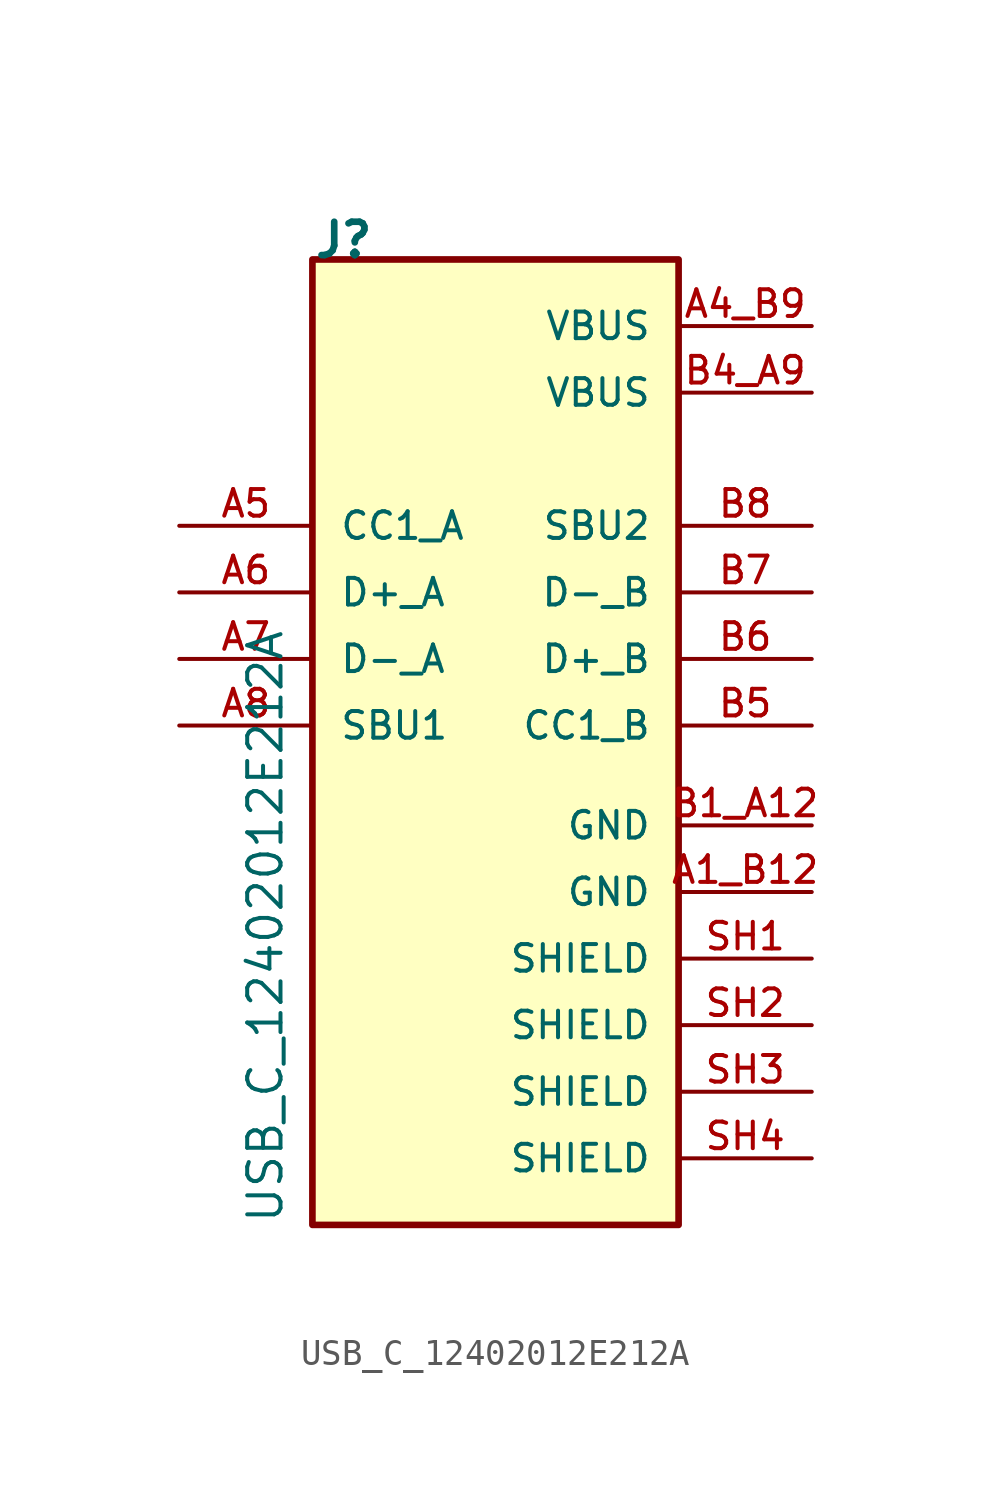
<source format=kicad_sym>
(kicad_symbol_lib
  (version 20220914)
  (generator kicad_symbol_editor)
  (symbol "USB_C_12402012E212A"
    (pin_names
      (offset 1.016))
    (property "Reference" "J"
      (at -1.27 12.7 0)
      (effects (font (size 1.27 1.27) bold) (justify left bottom)))
    (property "Value" "USB_C_12402012E212A"
      (at -3.81 -24.13 90)
      (effects (font (size 1.27 1.27)) (justify left top)))
    (symbol "USB_C_12402012E212A_0_0"
      (rectangle (start -1.27 12.7) (end 12.7 -24.13) (stroke (width 0.254) (type default)) (fill (type background)))
      (pin power_in line (at 17.78 -11.43 180) (length 5.08) (name "GND" (effects (font (size 1.016 1.016)))) (number "A1_B12" (effects (font (size 1.016 1.016)))))
      (pin bidirectional line (at -6.35 2.54 0) (length 5.08) (name "CC1_A" (effects (font (size 1.016 1.016)))) (number "A5" (effects (font (size 1.016 1.016)))))
      (pin bidirectional line (at -6.35 0 0) (length 5.08) (name "D+_A" (effects (font (size 1.016 1.016)))) (number "A6" (effects (font (size 1.016 1.016)))))
      (pin bidirectional line (at -6.35 -2.54 0) (length 5.08) (name "D-_A" (effects (font (size 1.016 1.016)))) (number "A7" (effects (font (size 1.016 1.016)))))
      (pin bidirectional line (at -6.35 -5.08 0) (length 5.08) (name "SBU1" (effects (font (size 1.016 1.016)))) (number "A8" (effects (font (size 1.016 1.016)))))
      (pin power_in line (at 17.78 -8.89 180) (length 5.08) (name "GND" (effects (font (size 1.016 1.016)))) (number "B1_A12" (effects (font (size 1.016 1.016)))))
      (pin bidirectional line (at 17.78 -5.08 180) (length 5.08) (name "CC1_B" (effects (font (size 1.016 1.016)))) (number "B5" (effects (font (size 1.016 1.016)))))
      (pin bidirectional line (at 17.78 -2.54 180) (length 5.08) (name "D+_B" (effects (font (size 1.016 1.016)))) (number "B6" (effects (font (size 1.016 1.016)))))
      (pin bidirectional line (at 17.78 0 180) (length 5.08) (name "D-_B" (effects (font (size 1.016 1.016)))) (number "B7" (effects (font (size 1.016 1.016)))))
      (pin bidirectional line (at 17.78 2.54 180) (length 5.08) (name "SBU2" (effects (font (size 1.016 1.016)))) (number "B8" (effects (font (size 1.016 1.016)))))
      (pin passive line (at 17.78 -13.97 180) (length 5.08) (name "SHIELD" (effects (font (size 1.016 1.016)))) (number "SH1" (effects (font (size 1.016 1.016)))))
      (pin passive line (at 17.78 -16.51 180) (length 5.08) (name "SHIELD" (effects (font (size 1.016 1.016)))) (number "SH2" (effects (font (size 1.016 1.016)))))
      (pin passive line (at 17.78 -19.05 180) (length 5.08) (name "SHIELD" (effects (font (size 1.016 1.016)))) (number "SH3" (effects (font (size 1.016 1.016)))))
      (pin passive line (at 17.78 -21.59 180) (length 5.08) (name "SHIELD" (effects (font (size 1.016 1.016)))) (number "SH4" (effects (font (size 1.016 1.016))))))
    (symbol "USB_C_12402012E212A_1_0"
      (pin power_out line (at 17.78 10.16 180) (length 5.08) (name "VBUS" (effects (font (size 1.016 1.016)))) (number "A4_B9" (effects (font (size 1.016 1.016)))))
      (pin power_in line (at 17.78 7.62 180) (length 5.08) (name "VBUS" (effects (font (size 1.016 1.016)))) (number "B4_A9" (effects (font (size 1.016 1.016))))))))
</source>
